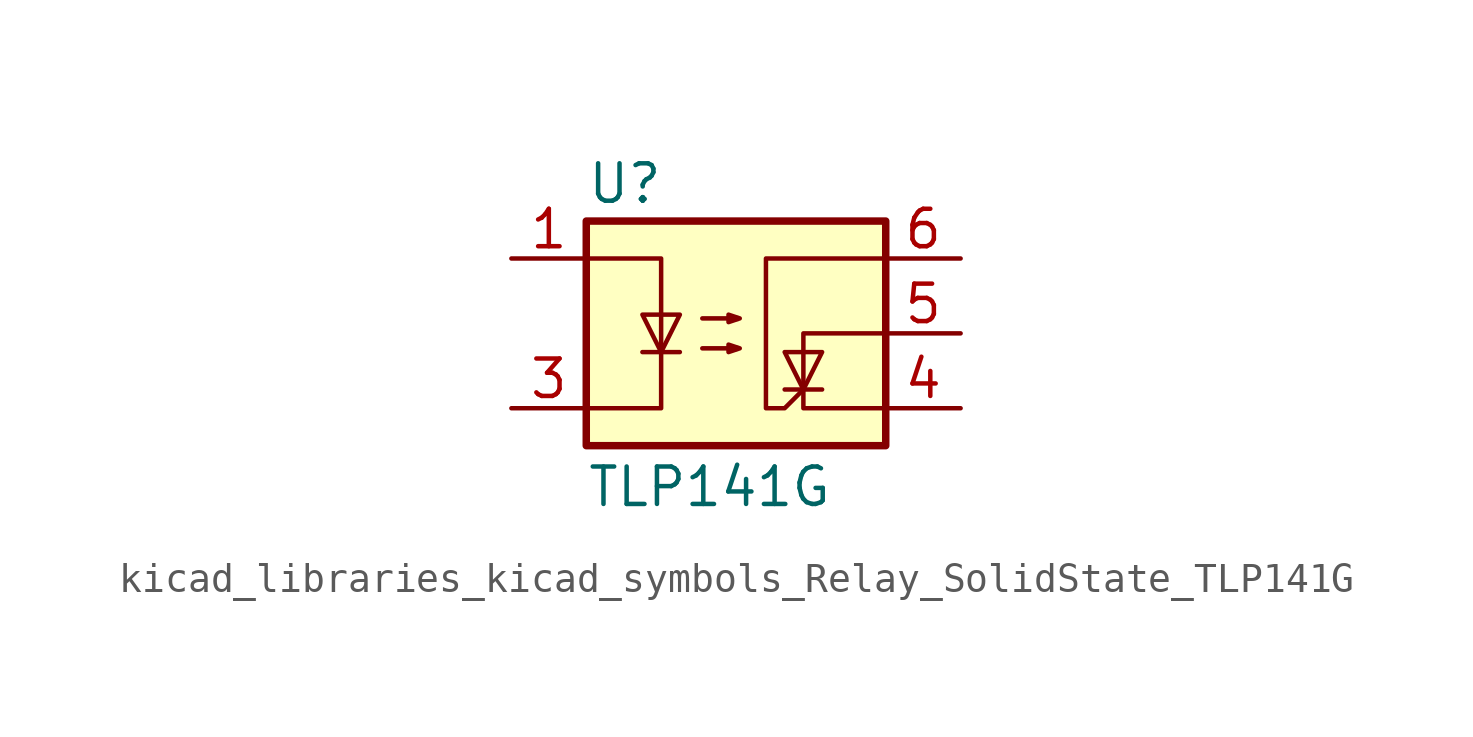
<source format=kicad_sym>
(kicad_symbol_lib
  (version 20220914)
  (generator kicad_symbol_editor)
  (symbol "kicad_libraries_kicad_symbols_Relay_SolidState_TLP141G"
    (property "Reference" "U"
      (at -5.08 5.08 0)
      (effects (font (size 1.27 1.27)) (justify left)))
    (property "Value" "TLP141G"
      (at -5.08 -5.207 0)
      (effects (font (size 1.27 1.27)) (justify left)))
    (symbol "kicad_libraries_kicad_symbols_Relay_SolidState_TLP141G_0_1"
      (rectangle (start -5.08 3.81) (end 5.08 -3.81) (stroke (width 0.254) (type default)) (fill (type background)))
      (polyline (pts (xy -3.175 -0.635) (xy -1.905 -0.635)) (stroke (width 0) (type default)) (fill (type none)))
      (polyline (pts (xy 1.651 -1.905) (xy 2.921 -1.905)) (stroke (width 0) (type default)) (fill (type none)))
      (polyline (pts (xy -5.08 2.54) (xy -2.54 2.54) (xy -2.54 -2.54) (xy -5.08 -2.54)) (stroke (width 0) (type default)) (fill (type none)))
      (polyline (pts (xy -2.54 -0.635) (xy -3.175 0.635) (xy -1.905 0.635) (xy -2.54 -0.635)) (stroke (width 0) (type default)) (fill (type none)))
      (polyline (pts (xy 2.921 -0.635) (xy 1.651 -0.635) (xy 2.286 -1.905) (xy 2.921 -0.635)) (stroke (width 0) (type default)) (fill (type none)))
      (polyline (pts (xy 5.08 0) (xy 2.286 0) (xy 2.286 -2.54) (xy 5.08 -2.54)) (stroke (width 0) (type default)) (fill (type none)))
      (polyline (pts (xy -1.143 -0.508) (xy 0.127 -0.508) (xy -0.254 -0.635) (xy -0.254 -0.381) (xy 0.127 -0.508)) (stroke (width 0) (type default)) (fill (type none)))
      (polyline (pts (xy -1.143 0.508) (xy 0.127 0.508) (xy -0.254 0.381) (xy -0.254 0.635) (xy 0.127 0.508)) (stroke (width 0) (type default)) (fill (type none)))
      (polyline (pts (xy 2.286 -1.905) (xy 1.651 -2.54) (xy 1.016 -2.54) (xy 1.016 2.54) (xy 5.08 2.54)) (stroke (width 0) (type default)) (fill (type none))))
    (symbol "kicad_libraries_kicad_symbols_Relay_SolidState_TLP141G_1_1"
      (pin passive line (at -7.62 2.54 0) (length 2.54) (name "~" (effects (font (size 1.27 1.27)))) (number "1" (effects (font (size 1.27 1.27)))))
      (pin passive line (at -7.62 -2.54 0) (length 2.54) (name "~" (effects (font (size 1.27 1.27)))) (number "3" (effects (font (size 1.27 1.27)))))
      (pin passive line (at 7.62 -2.54 180) (length 2.54) (name "~" (effects (font (size 1.27 1.27)))) (number "4" (effects (font (size 1.27 1.27)))))
      (pin passive line (at 7.62 0 180) (length 2.54) (name "~" (effects (font (size 1.27 1.27)))) (number "5" (effects (font (size 1.27 1.27)))))
      (pin passive line (at 7.62 2.54 180) (length 2.54) (name "~" (effects (font (size 1.27 1.27)))) (number "6" (effects (font (size 1.27 1.27))))))))
</source>
